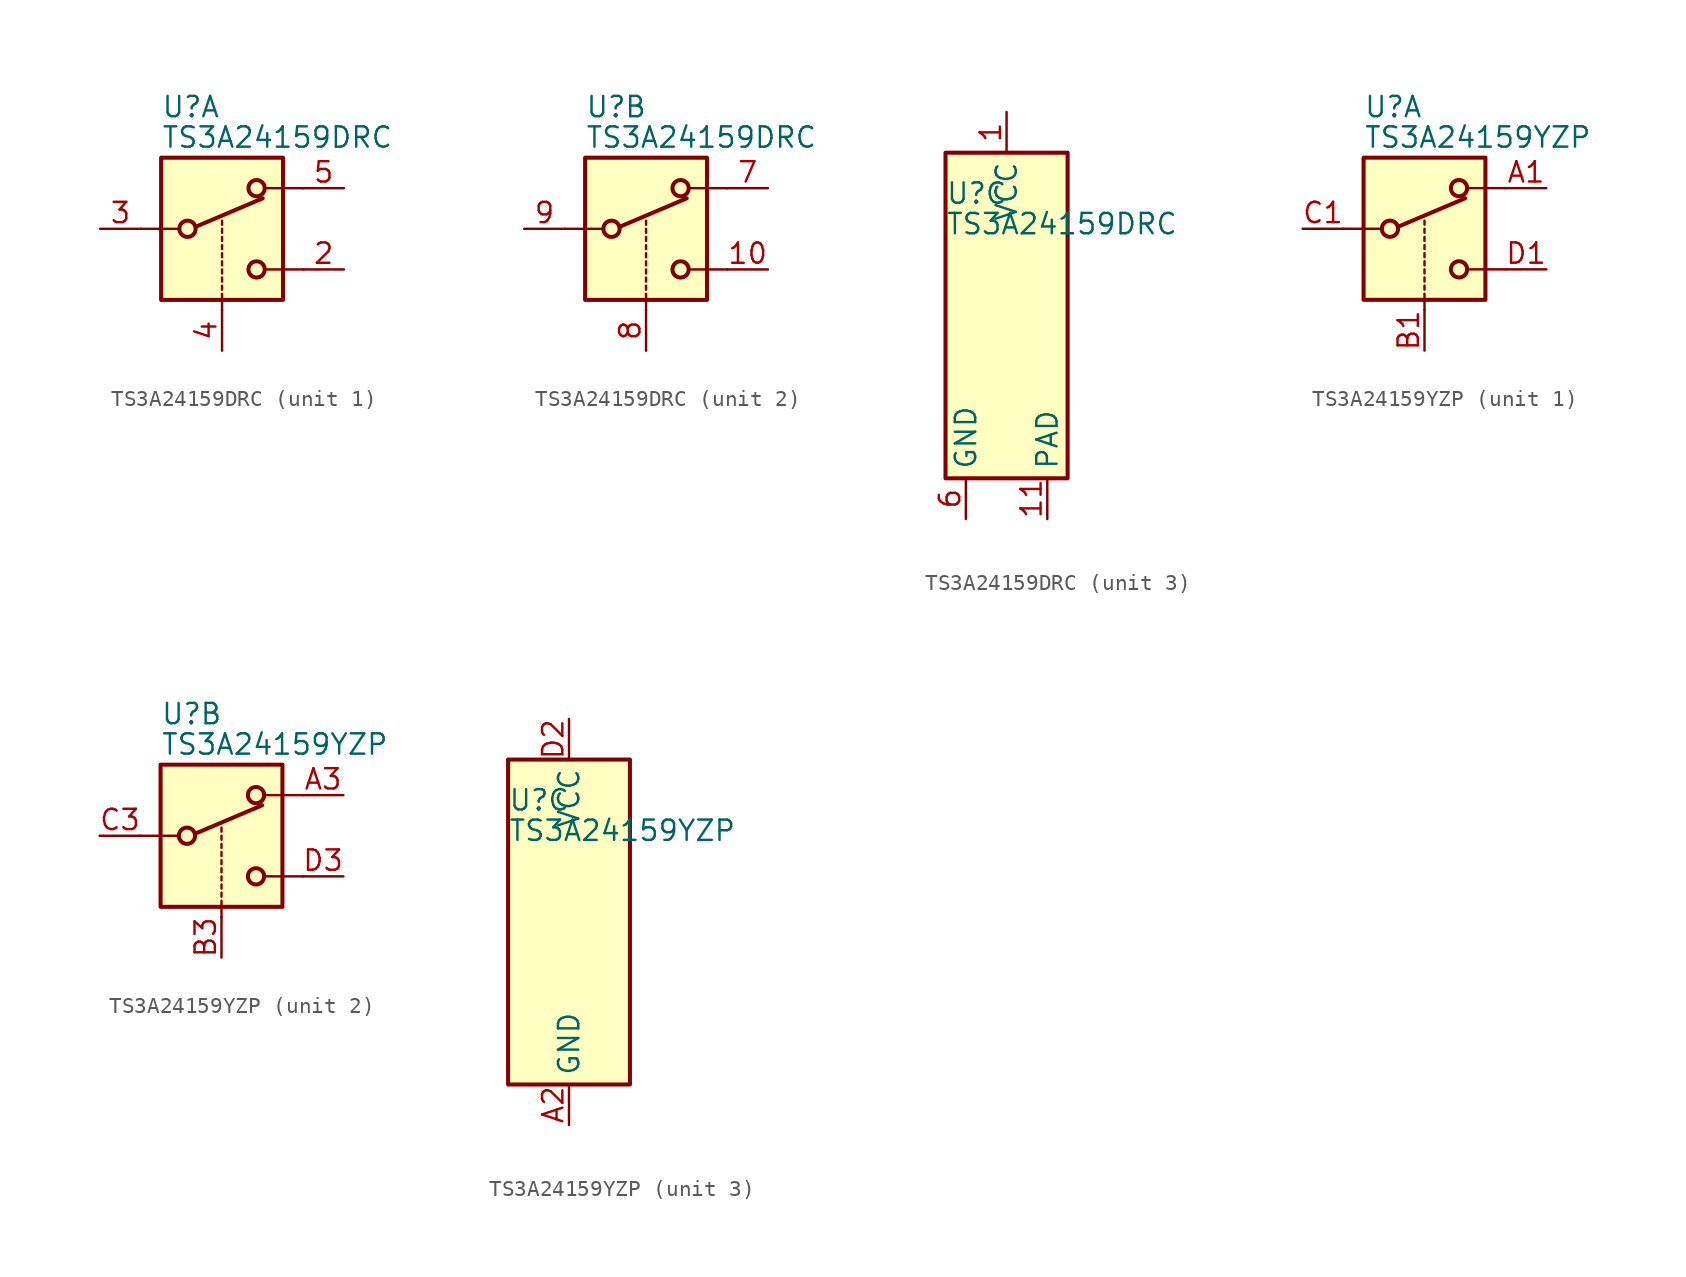
<source format=kicad_sym>
(kicad_symbol_lib
  (version 20241209)
  (generator "kicad_symbol_editor")
  (generator_version "9.0")
  (symbol "TS3A24159DRC"
    (property "Reference" "U"
      (at -3.81 7.62 0)
      (effects (font (size 1.27 1.27)) (justify left)))
    (property "Value" "TS3A24159DRC"
      (at -3.81 5.715 0)
      (effects (font (size 1.27 1.27)) (justify left)))
    (property "ki_locked" ""
      (at 0 0 0)
      (effects (font (size 1.27 1.27))))
    (symbol "TS3A24159DRC_1_1"
      (polyline (pts (xy -5.08 0) (xy -2.794 0)) (stroke (width 0) (type default)) (fill (type none)))
      (rectangle (start -3.81 4.445) (end 3.81 -4.445) (stroke (width 0.254) (type default)) (fill (type background)))
      (circle (center -2.159 0) (radius 0.508) (stroke (width 0.254) (type default)) (fill (type none)))
      (polyline (pts (xy -1.651 0.127) (xy 2.54 1.905)) (stroke (width 0.254) (type default)) (fill (type none)))
      (polyline (pts (xy 0 0.254) (xy 0 0.508)) (stroke (width 0) (type default)) (fill (type none)))
      (polyline (pts (xy 0 -0.254) (xy 0 0)) (stroke (width 0) (type default)) (fill (type none)))
      (polyline (pts (xy 0 -0.762) (xy 0 -0.508)) (stroke (width 0) (type default)) (fill (type none)))
      (polyline (pts (xy 0 -1.27) (xy 0 -1.016)) (stroke (width 0) (type default)) (fill (type none)))
      (polyline (pts (xy 0 -1.778) (xy 0 -1.524)) (stroke (width 0) (type default)) (fill (type none)))
      (polyline (pts (xy 0 -2.286) (xy 0 -2.032)) (stroke (width 0) (type default)) (fill (type none)))
      (polyline (pts (xy 0 -2.794) (xy 0 -2.54)) (stroke (width 0) (type default)) (fill (type none)))
      (polyline (pts (xy 0 -3.302) (xy 0 -3.048)) (stroke (width 0) (type default)) (fill (type none)))
      (polyline (pts (xy 0 -3.81) (xy 0 -3.556)) (stroke (width 0) (type default)) (fill (type none)))
      (polyline (pts (xy 0 -4.318) (xy 0 -4.064)) (stroke (width 0) (type default)) (fill (type none)))
      (polyline (pts (xy 0 -5.08) (xy 0 -4.572)) (stroke (width 0) (type default)) (fill (type none)))
      (circle (center 2.159 2.54) (radius 0.508) (stroke (width 0.254) (type default)) (fill (type none)))
      (circle (center 2.159 -2.54) (radius 0.508) (stroke (width 0.254) (type default)) (fill (type none)))
      (polyline (pts (xy 5.08 2.54) (xy 2.794 2.54)) (stroke (width 0) (type default)) (fill (type none)))
      (polyline (pts (xy 5.08 -2.54) (xy 2.794 -2.54)) (stroke (width 0) (type default)) (fill (type none)))
      (pin passive line (at -7.62 0 0) (length 2.54) (name "~" (effects (font (size 1.27 1.27)))) (number "3" (effects (font (size 1.27 1.27)))))
      (pin input line (at 0 -7.62 90) (length 2.54) (name "~" (effects (font (size 1.27 1.27)))) (number "4" (effects (font (size 1.27 1.27)))))
      (pin passive line (at 7.62 2.54 180) (length 2.54) (name "~" (effects (font (size 1.27 1.27)))) (number "5" (effects (font (size 1.27 1.27)))))
      (pin passive line (at 7.62 -2.54 180) (length 2.54) (name "~" (effects (font (size 1.27 1.27)))) (number "2" (effects (font (size 1.27 1.27))))))
    (symbol "TS3A24159DRC_2_1"
      (polyline (pts (xy -5.08 0) (xy -2.794 0)) (stroke (width 0) (type default)) (fill (type none)))
      (rectangle (start -3.81 4.445) (end 3.81 -4.445) (stroke (width 0.254) (type default)) (fill (type background)))
      (circle (center -2.159 0) (radius 0.508) (stroke (width 0.254) (type default)) (fill (type none)))
      (polyline (pts (xy -1.651 0.127) (xy 2.54 1.905)) (stroke (width 0.254) (type default)) (fill (type none)))
      (polyline (pts (xy 0 0.254) (xy 0 0.508)) (stroke (width 0) (type default)) (fill (type none)))
      (polyline (pts (xy 0 -0.254) (xy 0 0)) (stroke (width 0) (type default)) (fill (type none)))
      (polyline (pts (xy 0 -0.762) (xy 0 -0.508)) (stroke (width 0) (type default)) (fill (type none)))
      (polyline (pts (xy 0 -1.27) (xy 0 -1.016)) (stroke (width 0) (type default)) (fill (type none)))
      (polyline (pts (xy 0 -1.778) (xy 0 -1.524)) (stroke (width 0) (type default)) (fill (type none)))
      (polyline (pts (xy 0 -2.286) (xy 0 -2.032)) (stroke (width 0) (type default)) (fill (type none)))
      (polyline (pts (xy 0 -2.794) (xy 0 -2.54)) (stroke (width 0) (type default)) (fill (type none)))
      (polyline (pts (xy 0 -3.302) (xy 0 -3.048)) (stroke (width 0) (type default)) (fill (type none)))
      (polyline (pts (xy 0 -3.81) (xy 0 -3.556)) (stroke (width 0) (type default)) (fill (type none)))
      (polyline (pts (xy 0 -4.318) (xy 0 -4.064)) (stroke (width 0) (type default)) (fill (type none)))
      (polyline (pts (xy 0 -5.08) (xy 0 -4.572)) (stroke (width 0) (type default)) (fill (type none)))
      (circle (center 2.159 2.54) (radius 0.508) (stroke (width 0.254) (type default)) (fill (type none)))
      (circle (center 2.159 -2.54) (radius 0.508) (stroke (width 0.254) (type default)) (fill (type none)))
      (polyline (pts (xy 5.08 2.54) (xy 2.794 2.54)) (stroke (width 0) (type default)) (fill (type none)))
      (polyline (pts (xy 5.08 -2.54) (xy 2.794 -2.54)) (stroke (width 0) (type default)) (fill (type none)))
      (pin passive line (at -7.62 0 0) (length 2.54) (name "~" (effects (font (size 1.27 1.27)))) (number "9" (effects (font (size 1.27 1.27)))))
      (pin input line (at 0 -7.62 90) (length 2.54) (name "~" (effects (font (size 1.27 1.27)))) (number "8" (effects (font (size 1.27 1.27)))))
      (pin passive line (at 7.62 2.54 180) (length 2.54) (name "~" (effects (font (size 1.27 1.27)))) (number "7" (effects (font (size 1.27 1.27)))))
      (pin passive line (at 7.62 -2.54 180) (length 2.54) (name "~" (effects (font (size 1.27 1.27)))) (number "10" (effects (font (size 1.27 1.27))))))
    (symbol "TS3A24159DRC_3_1"
      (rectangle (start -3.81 10.16) (end 3.81 -10.16) (stroke (width 0.254) (type default)) (fill (type background)))
      (pin power_in line (at -2.54 -12.7 90) (length 2.54) (name "GND" (effects (font (size 1.27 1.27)))) (number "6" (effects (font (size 1.27 1.27)))))
      (pin power_in line (at 0 12.7 270) (length 2.54) (name "VCC" (effects (font (size 1.27 1.27)))) (number "1" (effects (font (size 1.27 1.27)))))
      (pin passive line (at 2.54 -12.7 90) (length 2.54) (name "PAD" (effects (font (size 1.27 1.27)))) (number "11" (effects (font (size 1.27 1.27)))))))
  (symbol "TS3A24159YZP"
    (property "Reference" "U"
      (at -3.81 7.62 0)
      (effects (font (size 1.27 1.27)) (justify left)))
    (property "Value" "TS3A24159YZP"
      (at -3.81 5.715 0)
      (effects (font (size 1.27 1.27)) (justify left)))
    (property "ki_locked" ""
      (at 0 0 0)
      (effects (font (size 1.27 1.27))))
    (symbol "TS3A24159YZP_1_1"
      (polyline (pts (xy -5.08 0) (xy -2.794 0)) (stroke (width 0) (type default)) (fill (type none)))
      (rectangle (start -3.81 4.445) (end 3.81 -4.445) (stroke (width 0.254) (type default)) (fill (type background)))
      (circle (center -2.159 0) (radius 0.508) (stroke (width 0.254) (type default)) (fill (type none)))
      (polyline (pts (xy -1.651 0.127) (xy 2.54 1.905)) (stroke (width 0.254) (type default)) (fill (type none)))
      (polyline (pts (xy 0 0.254) (xy 0 0.508)) (stroke (width 0) (type default)) (fill (type none)))
      (polyline (pts (xy 0 -0.254) (xy 0 0)) (stroke (width 0) (type default)) (fill (type none)))
      (polyline (pts (xy 0 -0.762) (xy 0 -0.508)) (stroke (width 0) (type default)) (fill (type none)))
      (polyline (pts (xy 0 -1.27) (xy 0 -1.016)) (stroke (width 0) (type default)) (fill (type none)))
      (polyline (pts (xy 0 -1.778) (xy 0 -1.524)) (stroke (width 0) (type default)) (fill (type none)))
      (polyline (pts (xy 0 -2.286) (xy 0 -2.032)) (stroke (width 0) (type default)) (fill (type none)))
      (polyline (pts (xy 0 -2.794) (xy 0 -2.54)) (stroke (width 0) (type default)) (fill (type none)))
      (polyline (pts (xy 0 -3.302) (xy 0 -3.048)) (stroke (width 0) (type default)) (fill (type none)))
      (polyline (pts (xy 0 -3.81) (xy 0 -3.556)) (stroke (width 0) (type default)) (fill (type none)))
      (polyline (pts (xy 0 -4.318) (xy 0 -4.064)) (stroke (width 0) (type default)) (fill (type none)))
      (polyline (pts (xy 0 -5.08) (xy 0 -4.572)) (stroke (width 0) (type default)) (fill (type none)))
      (circle (center 2.159 2.54) (radius 0.508) (stroke (width 0.254) (type default)) (fill (type none)))
      (circle (center 2.159 -2.54) (radius 0.508) (stroke (width 0.254) (type default)) (fill (type none)))
      (polyline (pts (xy 5.08 2.54) (xy 2.794 2.54)) (stroke (width 0) (type default)) (fill (type none)))
      (polyline (pts (xy 5.08 -2.54) (xy 2.794 -2.54)) (stroke (width 0) (type default)) (fill (type none)))
      (pin passive line (at -7.62 0 0) (length 2.54) (name "~" (effects (font (size 1.27 1.27)))) (number "C1" (effects (font (size 1.27 1.27)))))
      (pin input line (at 0 -7.62 90) (length 2.54) (name "~" (effects (font (size 1.27 1.27)))) (number "B1" (effects (font (size 1.27 1.27)))))
      (pin passive line (at 7.62 2.54 180) (length 2.54) (name "~" (effects (font (size 1.27 1.27)))) (number "A1" (effects (font (size 1.27 1.27)))))
      (pin passive line (at 7.62 -2.54 180) (length 2.54) (name "~" (effects (font (size 1.27 1.27)))) (number "D1" (effects (font (size 1.27 1.27))))))
    (symbol "TS3A24159YZP_2_1"
      (polyline (pts (xy -5.08 0) (xy -2.794 0)) (stroke (width 0) (type default)) (fill (type none)))
      (rectangle (start -3.81 4.445) (end 3.81 -4.445) (stroke (width 0.254) (type default)) (fill (type background)))
      (circle (center -2.159 0) (radius 0.508) (stroke (width 0.254) (type default)) (fill (type none)))
      (polyline (pts (xy -1.651 0.127) (xy 2.54 1.905)) (stroke (width 0.254) (type default)) (fill (type none)))
      (polyline (pts (xy 0 0.254) (xy 0 0.508)) (stroke (width 0) (type default)) (fill (type none)))
      (polyline (pts (xy 0 -0.254) (xy 0 0)) (stroke (width 0) (type default)) (fill (type none)))
      (polyline (pts (xy 0 -0.762) (xy 0 -0.508)) (stroke (width 0) (type default)) (fill (type none)))
      (polyline (pts (xy 0 -1.27) (xy 0 -1.016)) (stroke (width 0) (type default)) (fill (type none)))
      (polyline (pts (xy 0 -1.778) (xy 0 -1.524)) (stroke (width 0) (type default)) (fill (type none)))
      (polyline (pts (xy 0 -2.286) (xy 0 -2.032)) (stroke (width 0) (type default)) (fill (type none)))
      (polyline (pts (xy 0 -2.794) (xy 0 -2.54)) (stroke (width 0) (type default)) (fill (type none)))
      (polyline (pts (xy 0 -3.302) (xy 0 -3.048)) (stroke (width 0) (type default)) (fill (type none)))
      (polyline (pts (xy 0 -3.81) (xy 0 -3.556)) (stroke (width 0) (type default)) (fill (type none)))
      (polyline (pts (xy 0 -4.318) (xy 0 -4.064)) (stroke (width 0) (type default)) (fill (type none)))
      (polyline (pts (xy 0 -5.08) (xy 0 -4.572)) (stroke (width 0) (type default)) (fill (type none)))
      (circle (center 2.159 2.54) (radius 0.508) (stroke (width 0.254) (type default)) (fill (type none)))
      (circle (center 2.159 -2.54) (radius 0.508) (stroke (width 0.254) (type default)) (fill (type none)))
      (polyline (pts (xy 5.08 2.54) (xy 2.794 2.54)) (stroke (width 0) (type default)) (fill (type none)))
      (polyline (pts (xy 5.08 -2.54) (xy 2.794 -2.54)) (stroke (width 0) (type default)) (fill (type none)))
      (pin passive line (at -7.62 0 0) (length 2.54) (name "~" (effects (font (size 1.27 1.27)))) (number "C3" (effects (font (size 1.27 1.27)))))
      (pin input line (at 0 -7.62 90) (length 2.54) (name "~" (effects (font (size 1.27 1.27)))) (number "B3" (effects (font (size 1.27 1.27)))))
      (pin passive line (at 7.62 2.54 180) (length 2.54) (name "~" (effects (font (size 1.27 1.27)))) (number "A3" (effects (font (size 1.27 1.27)))))
      (pin passive line (at 7.62 -2.54 180) (length 2.54) (name "~" (effects (font (size 1.27 1.27)))) (number "D3" (effects (font (size 1.27 1.27))))))
    (symbol "TS3A24159YZP_3_1"
      (rectangle (start -3.81 10.16) (end 3.81 -10.16) (stroke (width 0.254) (type default)) (fill (type background)))
      (pin power_in line (at 0 12.7 270) (length 2.54) (name "VCC" (effects (font (size 1.27 1.27)))) (number "D2" (effects (font (size 1.27 1.27)))))
      (pin power_in line (at 0 -12.7 90) (length 2.54) (name "GND" (effects (font (size 1.27 1.27)))) (number "A2" (effects (font (size 1.27 1.27))))))))
</source>
